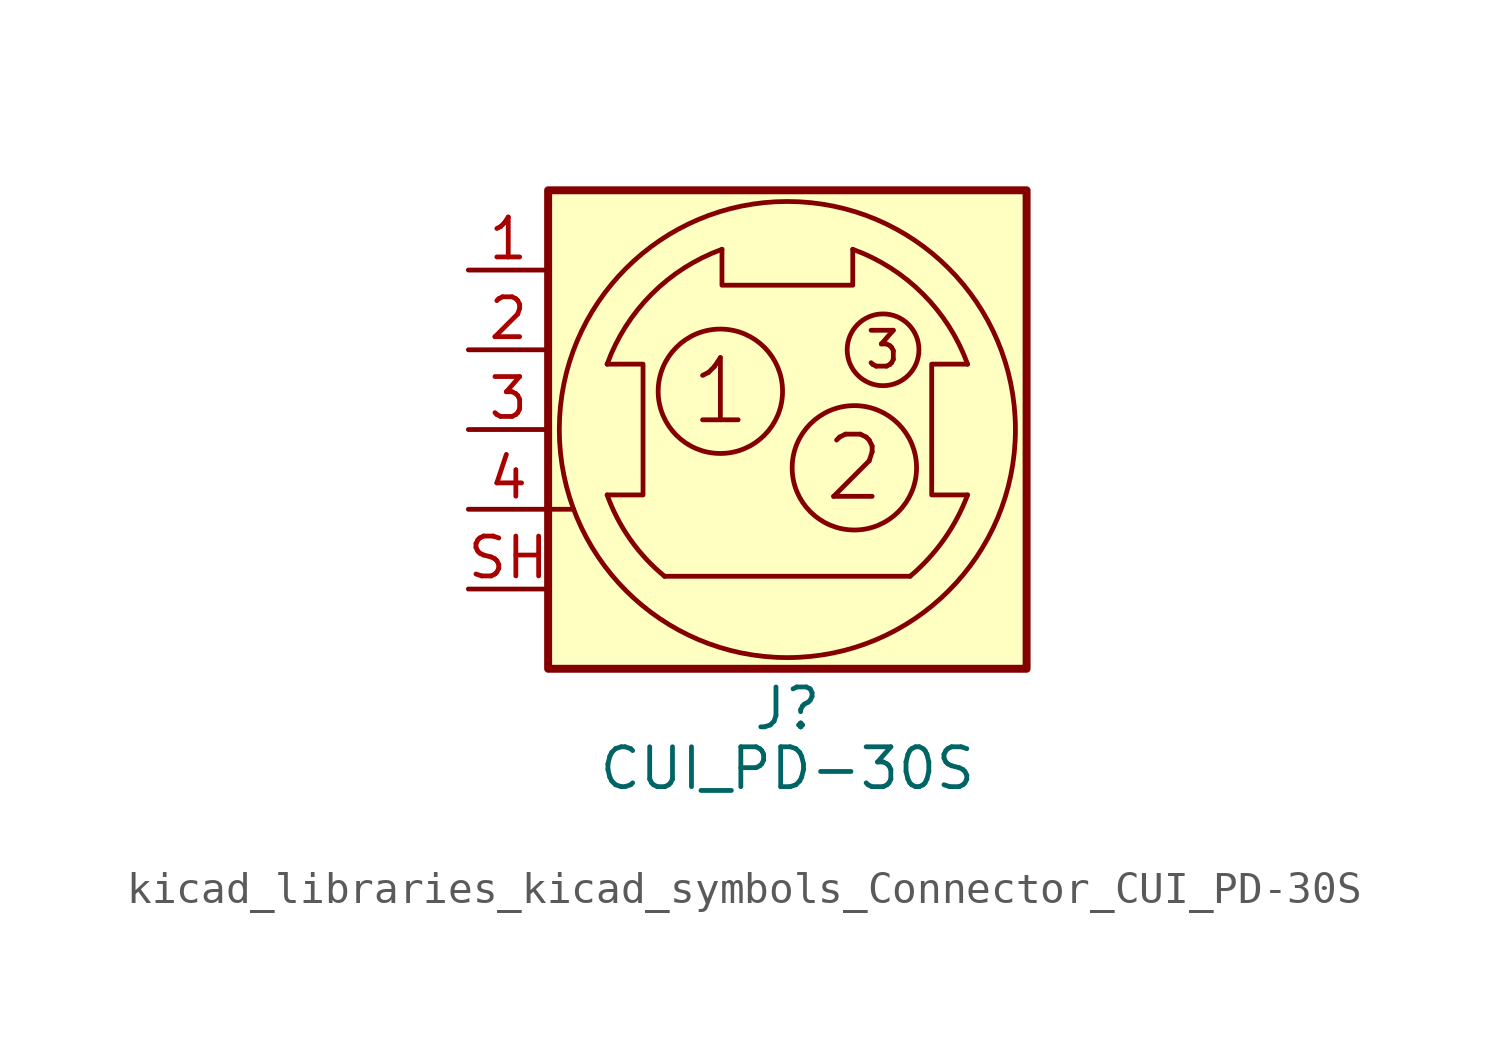
<source format=kicad_sym>
(kicad_symbol_lib
  (version 20220914)
  (generator kicad_symbol_editor)
  (symbol "kicad_libraries_kicad_symbols_Connector_CUI_PD-30S"
    (pin_names
      (offset 1.016) hide)
    (property "Reference" "J"
      (at 0 -8.89 0)
      (effects (font (size 1.27 1.27))))
    (property "Value" "CUI_PD-30S"
      (at 0 -10.795 0)
      (effects (font (size 1.27 1.27))))
    (symbol "kicad_libraries_kicad_symbols_Connector_CUI_PD-30S_0_1"
      (rectangle (start -7.62 -7.62) (end 7.62 7.62) (stroke (width 0.254) (type default)) (fill (type background)))
      (arc (start -5.7404 -2.0828) (mid -5.0018 -3.5032) (end -3.9116 -4.6736) (stroke (width 0) (type default)) (fill (type none)))
      (circle (center -2.134 1.219) (radius 1.981) (stroke (width 0) (type default)) (fill (type none)))
      (arc (start -2.0828 5.7404) (mid -4.318 4.318) (end -5.7404 2.0828) (stroke (width 0) (type default)) (fill (type none)))
      (polyline (pts (xy -7.62 -2.54) (xy -6.807 -2.54)) (stroke (width 0) (type default)) (fill (type none)))
      (polyline (pts (xy -3.912 -4.674) (xy 3.912 -4.674)) (stroke (width 0) (type default)) (fill (type none)))
      (polyline (pts (xy -5.74 2.083) (xy -4.597 2.083) (xy -4.597 -2.083) (xy -5.74 -2.083)) (stroke (width 0) (type default)) (fill (type none)))
      (polyline (pts (xy 2.083 5.74) (xy 2.083 4.597) (xy -2.083 4.597) (xy -2.083 5.74)) (stroke (width 0) (type default)) (fill (type none)))
      (polyline (pts (xy 5.74 -2.083) (xy 4.597 -2.083) (xy 4.597 2.083) (xy 5.74 2.083)) (stroke (width 0) (type default)) (fill (type none)))
      (circle (center 0 0) (radius 7.264) (stroke (width 0) (type default)) (fill (type none)))
      (circle (center 2.134 -1.219) (radius 1.981) (stroke (width 0) (type default)) (fill (type none)))
      (circle (center 3.048 2.54) (radius 1.143) (stroke (width 0) (type default)) (fill (type none)))
      (arc (start 3.9116 -4.6736) (mid 4.9919 -3.4963) (end 5.7404 -2.0828) (stroke (width 0) (type default)) (fill (type none)))
      (arc (start 5.7404 2.0828) (mid 4.318 4.318) (end 2.0828 5.7404) (stroke (width 0) (type default)) (fill (type none)))
      (text "1" (at -2.134 1.219 0) (effects (font (size 1.981 1.981))))
      (text "2" (at 2.134 -1.219 0) (effects (font (size 1.981 1.981))))
      (text "3" (at 3.048 2.54 0) (effects (font (size 1.143 1.143)))))
    (symbol "kicad_libraries_kicad_symbols_Connector_CUI_PD-30S_1_1"
      (pin passive line (at -10.16 5.08 0) (length 2.54) (name "1" (effects (font (size 1.27 1.27)))) (number "1" (effects (font (size 1.27 1.27)))))
      (pin passive line (at -10.16 2.54 0) (length 2.54) (name "2" (effects (font (size 1.27 1.27)))) (number "2" (effects (font (size 1.27 1.27)))))
      (pin passive line (at -10.16 0 0) (length 2.54) (name "3" (effects (font (size 1.27 1.27)))) (number "3" (effects (font (size 1.27 1.27)))))
      (pin passive line (at -10.16 -2.54 0) (length 2.54) (name "Shield" (effects (font (size 1.27 1.27)))) (number "4" (effects (font (size 1.27 1.27)))))
      (pin passive line (at -10.16 -5.08 0) (length 2.54) (name "Shield" (effects (font (size 1.27 1.27)))) (number "SH" (effects (font (size 1.27 1.27))))))))
</source>
